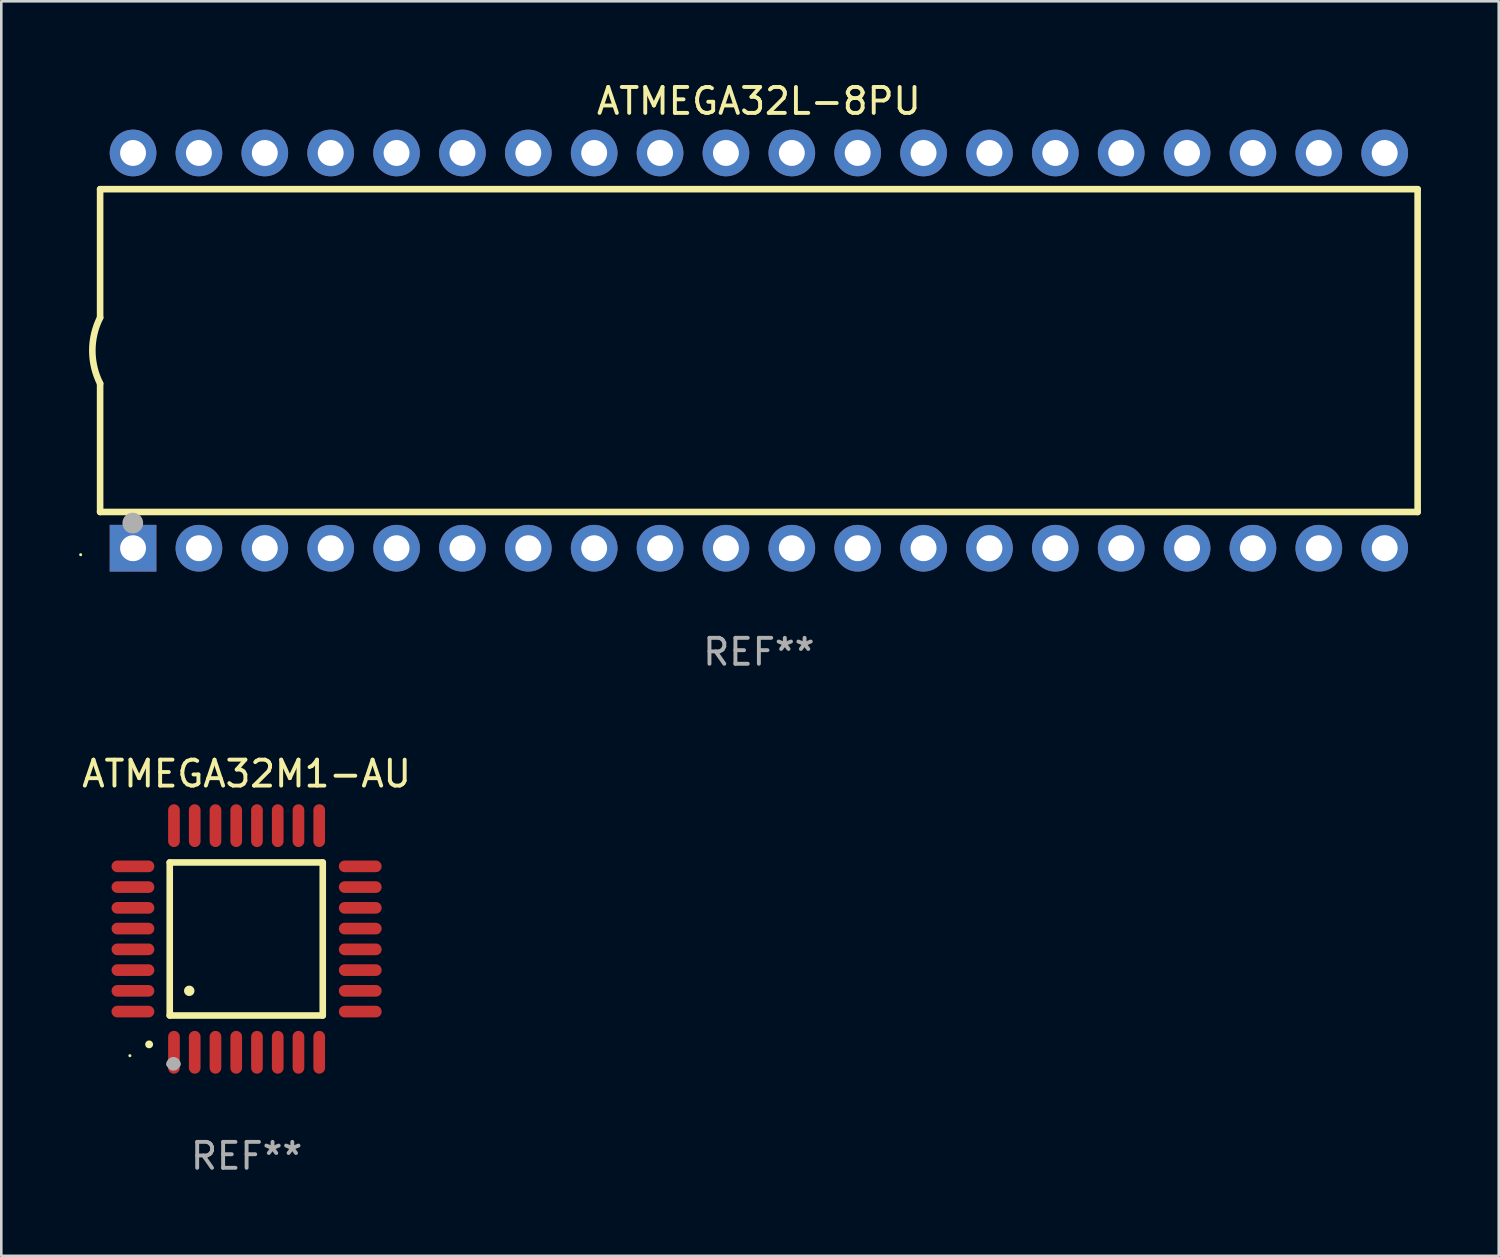
<source format=kicad_pcb>
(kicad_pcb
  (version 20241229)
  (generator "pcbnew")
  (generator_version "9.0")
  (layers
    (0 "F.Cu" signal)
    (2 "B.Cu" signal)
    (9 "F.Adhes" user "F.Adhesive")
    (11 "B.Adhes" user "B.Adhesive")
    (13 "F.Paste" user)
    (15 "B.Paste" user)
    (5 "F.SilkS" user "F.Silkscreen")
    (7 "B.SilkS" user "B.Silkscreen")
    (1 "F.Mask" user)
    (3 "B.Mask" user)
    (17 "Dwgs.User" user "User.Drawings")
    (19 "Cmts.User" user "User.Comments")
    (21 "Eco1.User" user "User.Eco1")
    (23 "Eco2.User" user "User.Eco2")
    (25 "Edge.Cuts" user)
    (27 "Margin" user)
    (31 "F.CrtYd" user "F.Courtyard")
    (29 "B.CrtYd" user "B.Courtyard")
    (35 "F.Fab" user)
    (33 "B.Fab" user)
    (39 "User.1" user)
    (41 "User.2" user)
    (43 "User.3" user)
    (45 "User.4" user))
  (footprint "ATMEGA32L-8PU"
    (layer "F.Cu")
    (at 26.21 10.468)
    (property "Reference" "ATMEGA32L-8PU" (at 0 -9.62 0) (layer "F.SilkS") (effects (font (size 1 1) (thickness 0.15))))
    (attr through_hole)
    (fp_line (start -25.4 -6.224) (end -25.4 -1.271) (stroke (width 0.254) (type solid)) (layer "F.SilkS"))
    (fp_line (start -25.4 -6.224) (end 25.4 -6.224) (stroke (width 0.254) (type solid)) (layer "F.SilkS"))
    (fp_line (start -25.4 1.269) (end -25.4 6.222) (stroke (width 0.254) (type solid)) (layer "F.SilkS"))
    (fp_line (start -25.4 6.222) (end 25.4 6.222) (stroke (width 0.254) (type solid)) (layer "F.SilkS"))
    (fp_line (start 25.4 6.222) (end 25.4 -6.224) (stroke (width 0.254) (type solid)) (layer "F.SilkS"))
    (fp_arc (start -25.4 1.269241) (mid -25.699807 -0.000762) (end -25.4 -1.270765) (stroke (width 0.254001) (type solid)) (layer "F.SilkS"))
    (fp_circle (center -26.15 7.87) (end -26.12 7.87) (stroke (width 0.06) (type solid)) (fill no) (layer "F.SilkS"))
    (fp_circle (center -24.14 6.65) (end -23.94 6.65) (stroke (width 0.4) (type solid)) (fill no) (layer "F.Fab"))
    (fp_text user "REF**" (at 0 11.62 0) (layer "F.Fab") (effects (font (size 1 1) (thickness 0.15))))
    (pad "1" thru_hole rect (at -24.13 7.62 90) (size 1.8 1.8) (drill 1) (layers "*.Cu" "*.Mask"))
    (pad "2" thru_hole circle (at -21.59 7.62) (size 1.8 1.8) (drill 1) (layers "*.Cu" "*.Mask"))
    (pad "3" thru_hole circle (at -19.05 7.62) (size 1.8 1.8) (drill 1) (layers "*.Cu" "*.Mask"))
    (pad "4" thru_hole circle (at -16.51 7.62) (size 1.8 1.8) (drill 1) (layers "*.Cu" "*.Mask"))
    (pad "5" thru_hole circle (at -13.97 7.62) (size 1.8 1.8) (drill 1) (layers "*.Cu" "*.Mask"))
    (pad "6" thru_hole circle (at -11.43 7.62) (size 1.8 1.8) (drill 1) (layers "*.Cu" "*.Mask"))
    (pad "7" thru_hole circle (at -8.89 7.62) (size 1.8 1.8) (drill 1) (layers "*.Cu" "*.Mask"))
    (pad "8" thru_hole circle (at -6.35 7.62) (size 1.8 1.8) (drill 1) (layers "*.Cu" "*.Mask"))
    (pad "9" thru_hole circle (at -3.81 7.62) (size 1.8 1.8) (drill 1) (layers "*.Cu" "*.Mask"))
    (pad "10" thru_hole circle (at -1.27 7.62) (size 1.8 1.8) (drill 1) (layers "*.Cu" "*.Mask"))
    (pad "11" thru_hole circle (at 1.27 7.62) (size 1.8 1.8) (drill 1) (layers "*.Cu" "*.Mask"))
    (pad "12" thru_hole circle (at 3.81 7.62) (size 1.8 1.8) (drill 1) (layers "*.Cu" "*.Mask"))
    (pad "13" thru_hole circle (at 6.35 7.62) (size 1.8 1.8) (drill 1) (layers "*.Cu" "*.Mask"))
    (pad "14" thru_hole circle (at 8.89 7.62) (size 1.8 1.8) (drill 1) (layers "*.Cu" "*.Mask"))
    (pad "15" thru_hole circle (at 11.43 7.62) (size 1.8 1.8) (drill 1) (layers "*.Cu" "*.Mask"))
    (pad "16" thru_hole circle (at 13.97 7.62) (size 1.8 1.8) (drill 1) (layers "*.Cu" "*.Mask"))
    (pad "17" thru_hole circle (at 16.51 7.62) (size 1.8 1.8) (drill 1) (layers "*.Cu" "*.Mask"))
    (pad "18" thru_hole circle (at 19.05 7.62) (size 1.8 1.8) (drill 1) (layers "*.Cu" "*.Mask"))
    (pad "19" thru_hole circle (at 21.59 7.62) (size 1.8 1.8) (drill 1) (layers "*.Cu" "*.Mask"))
    (pad "20" thru_hole circle (at 24.13 7.62) (size 1.8 1.8) (drill 1) (layers "*.Cu" "*.Mask"))
    (pad "21" thru_hole circle (at 24.13 -7.62) (size 1.8 1.8) (drill 1) (layers "*.Cu" "*.Mask"))
    (pad "22" thru_hole circle (at 21.59 -7.62) (size 1.8 1.8) (drill 1) (layers "*.Cu" "*.Mask"))
    (pad "23" thru_hole circle (at 19.05 -7.62) (size 1.8 1.8) (drill 1) (layers "*.Cu" "*.Mask"))
    (pad "24" thru_hole circle (at 16.51 -7.62) (size 1.8 1.8) (drill 1) (layers "*.Cu" "*.Mask"))
    (pad "25" thru_hole circle (at 13.97 -7.62) (size 1.8 1.8) (drill 1) (layers "*.Cu" "*.Mask"))
    (pad "26" thru_hole circle (at 11.43 -7.62) (size 1.8 1.8) (drill 1) (layers "*.Cu" "*.Mask"))
    (pad "27" thru_hole circle (at 8.89 -7.62) (size 1.8 1.8) (drill 1) (layers "*.Cu" "*.Mask"))
    (pad "28" thru_hole circle (at 6.35 -7.62) (size 1.8 1.8) (drill 1) (layers "*.Cu" "*.Mask"))
    (pad "29" thru_hole circle (at 3.81 -7.62) (size 1.8 1.8) (drill 1) (layers "*.Cu" "*.Mask"))
    (pad "30" thru_hole circle (at 1.27 -7.62) (size 1.8 1.8) (drill 1) (layers "*.Cu" "*.Mask"))
    (pad "31" thru_hole circle (at -1.27 -7.62) (size 1.8 1.8) (drill 1) (layers "*.Cu" "*.Mask"))
    (pad "32" thru_hole circle (at -3.81 -7.62) (size 1.8 1.8) (drill 1) (layers "*.Cu" "*.Mask"))
    (pad "33" thru_hole circle (at -6.35 -7.62) (size 1.8 1.8) (drill 1) (layers "*.Cu" "*.Mask"))
    (pad "34" thru_hole circle (at -8.89 -7.62) (size 1.8 1.8) (drill 1) (layers "*.Cu" "*.Mask"))
    (pad "35" thru_hole circle (at -11.43 -7.62) (size 1.8 1.8) (drill 1) (layers "*.Cu" "*.Mask"))
    (pad "36" thru_hole circle (at -13.97 -7.62) (size 1.8 1.8) (drill 1) (layers "*.Cu" "*.Mask"))
    (pad "37" thru_hole circle (at -16.51 -7.62) (size 1.8 1.8) (drill 1) (layers "*.Cu" "*.Mask"))
    (pad "38" thru_hole circle (at -19.05 -7.62) (size 1.8 1.8) (drill 1) (layers "*.Cu" "*.Mask"))
    (pad "39" thru_hole circle (at -21.59 -7.62) (size 1.8 1.8) (drill 1) (layers "*.Cu" "*.Mask"))
    (pad "40" thru_hole circle (at -24.13 -7.62) (size 1.8 1.8) (drill 1) (layers "*.Cu" "*.Mask")))
  (footprint "ATMEGA32M1-AU"
    (layer "F.Cu")
    (at 6.458 33.154)
    (property "Reference" "ATMEGA32M1-AU" (at 0 -6.369 0) (layer "F.SilkS") (effects (font (size 1 1) (thickness 0.15))))
    (attr through_hole)
    (fp_line (start -2.963 -2.95) (end -2.963 2.95) (stroke (width 0.254) (type solid)) (layer "F.SilkS"))
    (fp_line (start -2.963 2.95) (end 2.937 2.95) (stroke (width 0.254) (type solid)) (layer "F.SilkS"))
    (fp_line (start 2.937 -2.95) (end -2.963 -2.95) (stroke (width 0.254) (type solid)) (layer "F.SilkS"))
    (fp_line (start 2.937 2.95) (end 2.937 -2.95) (stroke (width 0.254) (type solid)) (layer "F.SilkS"))
    (fp_arc (start -3.759208 4.064008) (mid -3.757938 4.064003) (end -3.756668 4.064008) (stroke (width 0.3) (type solid)) (layer "F.SilkS"))
    (fp_arc (start -2.212344 1.998984) (mid -2.211074 1.99898) (end -2.209804 1.998984) (stroke (width 0.4) (type solid)) (layer "F.SilkS"))
    (fp_circle (center -4.5 4.5) (end -4.47 4.5) (stroke (width 0.06) (type solid)) (fill no) (layer "F.SilkS"))
    (fp_arc (start -2.967489 4.82601) (mid -2.819406 4.677927) (end -2.671323 4.82601) (stroke (width 0.254001) (type solid)) (layer "F.Fab"))
    (fp_arc (start -2.967488 4.82601) (mid -2.819406 4.791053) (end -2.671324 4.82601) (stroke (width 0.254001) (type solid)) (layer "F.Fab"))
    (fp_circle (center -2.819 4.826) (end -2.692 4.826) (stroke (width 0.254) (type solid)) (fill no) (layer "F.Fab"))
    (fp_text user "REF**" (at 0 8.369 0) (layer "F.Fab") (effects (font (size 1 1) (thickness 0.15))))
    (pad "1" smd oval (at -2.8 4.369) (size 0.45 1.65) (layers "F.Cu" "F.Mask" "F.Paste"))
    (pad "2" smd oval (at -2 4.369) (size 0.45 1.65) (layers "F.Cu" "F.Mask" "F.Paste"))
    (pad "3" smd oval (at -1.2 4.369) (size 0.45 1.65) (layers "F.Cu" "F.Mask" "F.Paste"))
    (pad "4" smd oval (at -0.4 4.369) (size 0.45 1.65) (layers "F.Cu" "F.Mask" "F.Paste"))
    (pad "5" smd oval (at 0.4 4.369) (size 0.45 1.65) (layers "F.Cu" "F.Mask" "F.Paste"))
    (pad "6" smd oval (at 1.2 4.369) (size 0.45 1.65) (layers "F.Cu" "F.Mask" "F.Paste"))
    (pad "7" smd oval (at 2 4.369) (size 0.45 1.65) (layers "F.Cu" "F.Mask" "F.Paste"))
    (pad "8" smd oval (at 2.8 4.369) (size 0.45 1.65) (layers "F.Cu" "F.Mask" "F.Paste"))
    (pad "9" smd oval (at 4.382 2.8) (size 1.65 0.45) (layers "F.Cu" "F.Mask" "F.Paste"))
    (pad "10" smd oval (at 4.382 2) (size 1.65 0.45) (layers "F.Cu" "F.Mask" "F.Paste"))
    (pad "11" smd oval (at 4.382 1.2) (size 1.65 0.45) (layers "F.Cu" "F.Mask" "F.Paste"))
    (pad "12" smd oval (at 4.382 0.4) (size 1.65 0.45) (layers "F.Cu" "F.Mask" "F.Paste"))
    (pad "13" smd oval (at 4.382 -0.4) (size 1.65 0.45) (layers "F.Cu" "F.Mask" "F.Paste"))
    (pad "14" smd oval (at 4.382 -1.2) (size 1.65 0.45) (layers "F.Cu" "F.Mask" "F.Paste"))
    (pad "15" smd oval (at 4.382 -2) (size 1.65 0.45) (layers "F.Cu" "F.Mask" "F.Paste"))
    (pad "16" smd oval (at 4.382 -2.8) (size 1.65 0.45) (layers "F.Cu" "F.Mask" "F.Paste"))
    (pad "17" smd oval (at 2.8 -4.369) (size 0.45 1.65) (layers "F.Cu" "F.Mask" "F.Paste"))
    (pad "18" smd oval (at 2 -4.369) (size 0.45 1.65) (layers "F.Cu" "F.Mask" "F.Paste"))
    (pad "19" smd oval (at 1.2 -4.369) (size 0.45 1.65) (layers "F.Cu" "F.Mask" "F.Paste"))
    (pad "20" smd oval (at 0.4 -4.369) (size 0.45 1.65) (layers "F.Cu" "F.Mask" "F.Paste"))
    (pad "21" smd oval (at -0.4 -4.369) (size 0.45 1.65) (layers "F.Cu" "F.Mask" "F.Paste"))
    (pad "22" smd oval (at -1.2 -4.369) (size 0.45 1.65) (layers "F.Cu" "F.Mask" "F.Paste"))
    (pad "23" smd oval (at -2 -4.369) (size 0.45 1.65) (layers "F.Cu" "F.Mask" "F.Paste"))
    (pad "24" smd oval (at -2.8 -4.369) (size 0.45 1.65) (layers "F.Cu" "F.Mask" "F.Paste"))
    (pad "25" smd oval (at -4.382 -2.8) (size 1.65 0.45) (layers "F.Cu" "F.Mask" "F.Paste"))
    (pad "26" smd oval (at -4.382 -2) (size 1.65 0.45) (layers "F.Cu" "F.Mask" "F.Paste"))
    (pad "27" smd oval (at -4.382 -1.2) (size 1.65 0.45) (layers "F.Cu" "F.Mask" "F.Paste"))
    (pad "28" smd oval (at -4.382 -0.4) (size 1.65 0.45) (layers "F.Cu" "F.Mask" "F.Paste"))
    (pad "29" smd oval (at -4.382 0.4) (size 1.65 0.45) (layers "F.Cu" "F.Mask" "F.Paste"))
    (pad "30" smd oval (at -4.382 1.2) (size 1.65 0.45) (layers "F.Cu" "F.Mask" "F.Paste"))
    (pad "31" smd oval (at -4.382 2) (size 1.65 0.45) (layers "F.Cu" "F.Mask" "F.Paste"))
    (pad "32" smd oval (at -4.382 2.8) (size 1.65 0.45) (layers "F.Cu" "F.Mask" "F.Paste")))
  (gr_rect
    (start -3 -3)
    (end 54.737 45.371)
    (stroke (width 0.1) (type default))
    (fill no)
    (layer "Edge.Cuts")))
</source>
